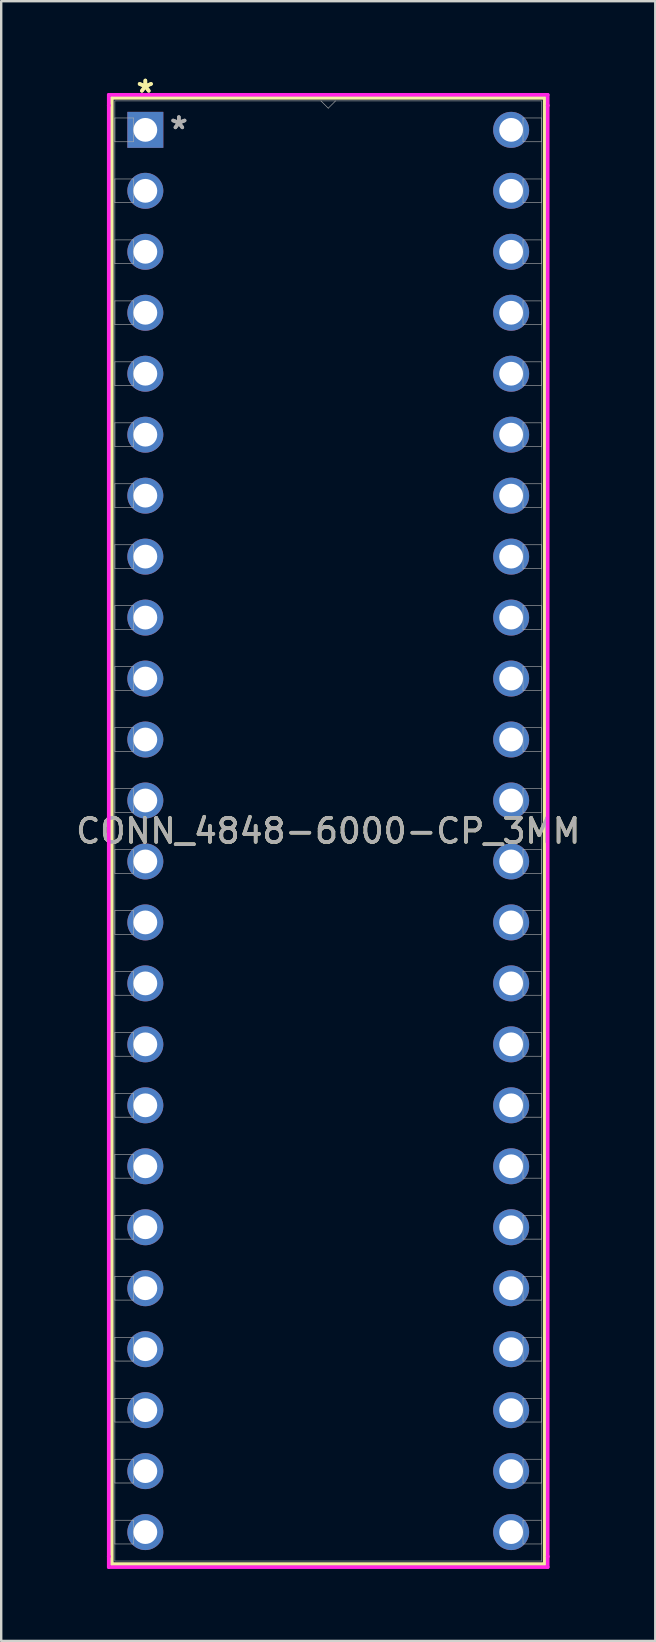
<source format=kicad_pcb>
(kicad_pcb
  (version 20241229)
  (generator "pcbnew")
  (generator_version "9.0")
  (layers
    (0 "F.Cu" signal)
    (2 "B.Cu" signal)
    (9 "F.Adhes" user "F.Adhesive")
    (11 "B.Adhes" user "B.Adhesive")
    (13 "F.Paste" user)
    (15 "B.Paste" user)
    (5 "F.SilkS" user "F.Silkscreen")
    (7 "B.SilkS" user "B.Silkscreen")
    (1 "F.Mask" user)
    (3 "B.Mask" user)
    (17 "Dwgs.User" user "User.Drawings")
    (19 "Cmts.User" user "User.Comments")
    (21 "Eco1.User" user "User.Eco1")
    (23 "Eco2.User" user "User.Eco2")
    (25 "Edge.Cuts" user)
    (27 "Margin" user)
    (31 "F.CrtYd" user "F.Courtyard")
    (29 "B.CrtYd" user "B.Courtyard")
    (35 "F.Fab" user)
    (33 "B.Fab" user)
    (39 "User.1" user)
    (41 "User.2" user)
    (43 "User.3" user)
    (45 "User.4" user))
  (footprint "CONN_4848-6000-CP_3MM"
    (layer "F.Cu")
    (at 3.005 2.36)
    (property "Reference" "CONN_4848-6000-CP_3MM" (at 7.62 29.21 0) (unlocked yes) (layer "F.SilkS") (effects (font (size 1 1) (thickness 0.15))))
    (attr through_hole)
    (fp_line (start -1.397 -1.333) (end -1.397 59.754) (stroke (width 0.152) (type solid)) (layer "F.SilkS"))
    (fp_line (start -1.397 59.754) (end 16.637 59.754) (stroke (width 0.152) (type solid)) (layer "F.SilkS"))
    (fp_line (start 16.637 -1.333) (end -1.397 -1.333) (stroke (width 0.152) (type solid)) (layer "F.SilkS"))
    (fp_line (start 16.637 59.754) (end 16.637 -1.333) (stroke (width 0.152) (type solid)) (layer "F.SilkS"))
    (fp_line (start -1.524 -1.46) (end 16.764 -1.46) (stroke (width 0.152) (type solid)) (layer "F.CrtYd"))
    (fp_line (start -1.524 -1.016) (end -1.524 -1.46) (stroke (width 0.152) (type solid)) (layer "F.CrtYd"))
    (fp_line (start -1.524 -1.016) (end -1.524 -1.016) (stroke (width 0.152) (type solid)) (layer "F.CrtYd"))
    (fp_line (start -1.524 59.436) (end -1.524 -1.016) (stroke (width 0.152) (type solid)) (layer "F.CrtYd"))
    (fp_line (start -1.524 59.436) (end -1.524 59.436) (stroke (width 0.152) (type solid)) (layer "F.CrtYd"))
    (fp_line (start -1.524 59.88) (end -1.524 59.436) (stroke (width 0.152) (type solid)) (layer "F.CrtYd"))
    (fp_line (start 16.764 -1.46) (end 16.764 -1.016) (stroke (width 0.152) (type solid)) (layer "F.CrtYd"))
    (fp_line (start 16.764 -1.016) (end 16.764 -1.016) (stroke (width 0.152) (type solid)) (layer "F.CrtYd"))
    (fp_line (start 16.764 -1.016) (end 16.764 59.436) (stroke (width 0.152) (type solid)) (layer "F.CrtYd"))
    (fp_line (start 16.764 59.436) (end 16.764 59.436) (stroke (width 0.152) (type solid)) (layer "F.CrtYd"))
    (fp_line (start 16.764 59.436) (end 16.764 59.88) (stroke (width 0.152) (type solid)) (layer "F.CrtYd"))
    (fp_line (start 16.764 59.88) (end -1.524 59.88) (stroke (width 0.152) (type solid)) (layer "F.CrtYd"))
    (fp_line (start -1.27 -1.206) (end -1.27 59.627) (stroke (width 0.025) (type solid)) (layer "F.Fab"))
    (fp_line (start -1.27 -0.495) (end -0.495 -0.495) (stroke (width 0.025) (type solid)) (layer "F.Fab"))
    (fp_line (start -1.27 0.495) (end -1.27 -0.495) (stroke (width 0.025) (type solid)) (layer "F.Fab"))
    (fp_line (start -1.27 2.045) (end -0.495 2.045) (stroke (width 0.025) (type solid)) (layer "F.Fab"))
    (fp_line (start -1.27 3.035) (end -1.27 2.045) (stroke (width 0.025) (type solid)) (layer "F.Fab"))
    (fp_line (start -1.27 4.585) (end -0.495 4.585) (stroke (width 0.025) (type solid)) (layer "F.Fab"))
    (fp_line (start -1.27 5.575) (end -1.27 4.585) (stroke (width 0.025) (type solid)) (layer "F.Fab"))
    (fp_line (start -1.27 7.125) (end -0.495 7.125) (stroke (width 0.025) (type solid)) (layer "F.Fab"))
    (fp_line (start -1.27 8.115) (end -1.27 7.125) (stroke (width 0.025) (type solid)) (layer "F.Fab"))
    (fp_line (start -1.27 9.665) (end -0.495 9.665) (stroke (width 0.025) (type solid)) (layer "F.Fab"))
    (fp_line (start -1.27 10.655) (end -1.27 9.665) (stroke (width 0.025) (type solid)) (layer "F.Fab"))
    (fp_line (start -1.27 12.205) (end -0.495 12.205) (stroke (width 0.025) (type solid)) (layer "F.Fab"))
    (fp_line (start -1.27 13.195) (end -1.27 12.205) (stroke (width 0.025) (type solid)) (layer "F.Fab"))
    (fp_line (start -1.27 14.745) (end -0.495 14.745) (stroke (width 0.025) (type solid)) (layer "F.Fab"))
    (fp_line (start -1.27 15.735) (end -1.27 14.745) (stroke (width 0.025) (type solid)) (layer "F.Fab"))
    (fp_line (start -1.27 17.285) (end -0.495 17.285) (stroke (width 0.025) (type solid)) (layer "F.Fab"))
    (fp_line (start -1.27 18.275) (end -1.27 17.285) (stroke (width 0.025) (type solid)) (layer "F.Fab"))
    (fp_line (start -1.27 19.825) (end -0.495 19.825) (stroke (width 0.025) (type solid)) (layer "F.Fab"))
    (fp_line (start -1.27 20.815) (end -1.27 19.825) (stroke (width 0.025) (type solid)) (layer "F.Fab"))
    (fp_line (start -1.27 22.365) (end -0.495 22.365) (stroke (width 0.025) (type solid)) (layer "F.Fab"))
    (fp_line (start -1.27 23.355) (end -1.27 22.365) (stroke (width 0.025) (type solid)) (layer "F.Fab"))
    (fp_line (start -1.27 24.905) (end -0.495 24.905) (stroke (width 0.025) (type solid)) (layer "F.Fab"))
    (fp_line (start -1.27 25.895) (end -1.27 24.905) (stroke (width 0.025) (type solid)) (layer "F.Fab"))
    (fp_line (start -1.27 27.445) (end -0.495 27.445) (stroke (width 0.025) (type solid)) (layer "F.Fab"))
    (fp_line (start -1.27 28.435) (end -1.27 27.445) (stroke (width 0.025) (type solid)) (layer "F.Fab"))
    (fp_line (start -1.27 29.985) (end -0.495 29.985) (stroke (width 0.025) (type solid)) (layer "F.Fab"))
    (fp_line (start -1.27 30.975) (end -1.27 29.985) (stroke (width 0.025) (type solid)) (layer "F.Fab"))
    (fp_line (start -1.27 32.525) (end -0.495 32.525) (stroke (width 0.025) (type solid)) (layer "F.Fab"))
    (fp_line (start -1.27 33.515) (end -1.27 32.525) (stroke (width 0.025) (type solid)) (layer "F.Fab"))
    (fp_line (start -1.27 35.065) (end -0.495 35.065) (stroke (width 0.025) (type solid)) (layer "F.Fab"))
    (fp_line (start -1.27 36.055) (end -1.27 35.065) (stroke (width 0.025) (type solid)) (layer "F.Fab"))
    (fp_line (start -1.27 37.605) (end -0.495 37.605) (stroke (width 0.025) (type solid)) (layer "F.Fab"))
    (fp_line (start -1.27 38.595) (end -1.27 37.605) (stroke (width 0.025) (type solid)) (layer "F.Fab"))
    (fp_line (start -1.27 40.145) (end -0.495 40.145) (stroke (width 0.025) (type solid)) (layer "F.Fab"))
    (fp_line (start -1.27 41.135) (end -1.27 40.145) (stroke (width 0.025) (type solid)) (layer "F.Fab"))
    (fp_line (start -1.27 42.685) (end -0.495 42.685) (stroke (width 0.025) (type solid)) (layer "F.Fab"))
    (fp_line (start -1.27 43.675) (end -1.27 42.685) (stroke (width 0.025) (type solid)) (layer "F.Fab"))
    (fp_line (start -1.27 45.225) (end -0.495 45.225) (stroke (width 0.025) (type solid)) (layer "F.Fab"))
    (fp_line (start -1.27 46.215) (end -1.27 45.225) (stroke (width 0.025) (type solid)) (layer "F.Fab"))
    (fp_line (start -1.27 47.765) (end -0.495 47.765) (stroke (width 0.025) (type solid)) (layer "F.Fab"))
    (fp_line (start -1.27 48.755) (end -1.27 47.765) (stroke (width 0.025) (type solid)) (layer "F.Fab"))
    (fp_line (start -1.27 50.305) (end -0.495 50.305) (stroke (width 0.025) (type solid)) (layer "F.Fab"))
    (fp_line (start -1.27 51.295) (end -1.27 50.305) (stroke (width 0.025) (type solid)) (layer "F.Fab"))
    (fp_line (start -1.27 52.845) (end -0.495 52.845) (stroke (width 0.025) (type solid)) (layer "F.Fab"))
    (fp_line (start -1.27 53.835) (end -1.27 52.845) (stroke (width 0.025) (type solid)) (layer "F.Fab"))
    (fp_line (start -1.27 55.385) (end -0.495 55.385) (stroke (width 0.025) (type solid)) (layer "F.Fab"))
    (fp_line (start -1.27 56.375) (end -1.27 55.385) (stroke (width 0.025) (type solid)) (layer "F.Fab"))
    (fp_line (start -1.27 57.925) (end -0.495 57.925) (stroke (width 0.025) (type solid)) (layer "F.Fab"))
    (fp_line (start -1.27 58.915) (end -1.27 57.925) (stroke (width 0.025) (type solid)) (layer "F.Fab"))
    (fp_line (start -1.27 59.627) (end 16.51 59.627) (stroke (width 0.025) (type solid)) (layer "F.Fab"))
    (fp_line (start -0.495 -0.495) (end -0.495 0.495) (stroke (width 0.025) (type solid)) (layer "F.Fab"))
    (fp_line (start -0.495 0.495) (end -1.27 0.495) (stroke (width 0.025) (type solid)) (layer "F.Fab"))
    (fp_line (start -0.495 2.045) (end -0.495 3.035) (stroke (width 0.025) (type solid)) (layer "F.Fab"))
    (fp_line (start -0.495 3.035) (end -1.27 3.035) (stroke (width 0.025) (type solid)) (layer "F.Fab"))
    (fp_line (start -0.495 4.585) (end -0.495 5.575) (stroke (width 0.025) (type solid)) (layer "F.Fab"))
    (fp_line (start -0.495 5.575) (end -1.27 5.575) (stroke (width 0.025) (type solid)) (layer "F.Fab"))
    (fp_line (start -0.495 7.125) (end -0.495 8.115) (stroke (width 0.025) (type solid)) (layer "F.Fab"))
    (fp_line (start -0.495 8.115) (end -1.27 8.115) (stroke (width 0.025) (type solid)) (layer "F.Fab"))
    (fp_line (start -0.495 9.665) (end -0.495 10.655) (stroke (width 0.025) (type solid)) (layer "F.Fab"))
    (fp_line (start -0.495 10.655) (end -1.27 10.655) (stroke (width 0.025) (type solid)) (layer "F.Fab"))
    (fp_line (start -0.495 12.205) (end -0.495 13.195) (stroke (width 0.025) (type solid)) (layer "F.Fab"))
    (fp_line (start -0.495 13.195) (end -1.27 13.195) (stroke (width 0.025) (type solid)) (layer "F.Fab"))
    (fp_line (start -0.495 14.745) (end -0.495 15.735) (stroke (width 0.025) (type solid)) (layer "F.Fab"))
    (fp_line (start -0.495 15.735) (end -1.27 15.735) (stroke (width 0.025) (type solid)) (layer "F.Fab"))
    (fp_line (start -0.495 17.285) (end -0.495 18.275) (stroke (width 0.025) (type solid)) (layer "F.Fab"))
    (fp_line (start -0.495 18.275) (end -1.27 18.275) (stroke (width 0.025) (type solid)) (layer "F.Fab"))
    (fp_line (start -0.495 19.825) (end -0.495 20.815) (stroke (width 0.025) (type solid)) (layer "F.Fab"))
    (fp_line (start -0.495 20.815) (end -1.27 20.815) (stroke (width 0.025) (type solid)) (layer "F.Fab"))
    (fp_line (start -0.495 22.365) (end -0.495 23.355) (stroke (width 0.025) (type solid)) (layer "F.Fab"))
    (fp_line (start -0.495 23.355) (end -1.27 23.355) (stroke (width 0.025) (type solid)) (layer "F.Fab"))
    (fp_line (start -0.495 24.905) (end -0.495 25.895) (stroke (width 0.025) (type solid)) (layer "F.Fab"))
    (fp_line (start -0.495 25.895) (end -1.27 25.895) (stroke (width 0.025) (type solid)) (layer "F.Fab"))
    (fp_line (start -0.495 27.445) (end -0.495 28.435) (stroke (width 0.025) (type solid)) (layer "F.Fab"))
    (fp_line (start -0.495 28.435) (end -1.27 28.435) (stroke (width 0.025) (type solid)) (layer "F.Fab"))
    (fp_line (start -0.495 29.985) (end -0.495 30.975) (stroke (width 0.025) (type solid)) (layer "F.Fab"))
    (fp_line (start -0.495 30.975) (end -1.27 30.975) (stroke (width 0.025) (type solid)) (layer "F.Fab"))
    (fp_line (start -0.495 32.525) (end -0.495 33.515) (stroke (width 0.025) (type solid)) (layer "F.Fab"))
    (fp_line (start -0.495 33.515) (end -1.27 33.515) (stroke (width 0.025) (type solid)) (layer "F.Fab"))
    (fp_line (start -0.495 35.065) (end -0.495 36.055) (stroke (width 0.025) (type solid)) (layer "F.Fab"))
    (fp_line (start -0.495 36.055) (end -1.27 36.055) (stroke (width 0.025) (type solid)) (layer "F.Fab"))
    (fp_line (start -0.495 37.605) (end -0.495 38.595) (stroke (width 0.025) (type solid)) (layer "F.Fab"))
    (fp_line (start -0.495 38.595) (end -1.27 38.595) (stroke (width 0.025) (type solid)) (layer "F.Fab"))
    (fp_line (start -0.495 40.145) (end -0.495 41.135) (stroke (width 0.025) (type solid)) (layer "F.Fab"))
    (fp_line (start -0.495 41.135) (end -1.27 41.135) (stroke (width 0.025) (type solid)) (layer "F.Fab"))
    (fp_line (start -0.495 42.685) (end -0.495 43.675) (stroke (width 0.025) (type solid)) (layer "F.Fab"))
    (fp_line (start -0.495 43.675) (end -1.27 43.675) (stroke (width 0.025) (type solid)) (layer "F.Fab"))
    (fp_line (start -0.495 45.225) (end -0.495 46.215) (stroke (width 0.025) (type solid)) (layer "F.Fab"))
    (fp_line (start -0.495 46.215) (end -1.27 46.215) (stroke (width 0.025) (type solid)) (layer "F.Fab"))
    (fp_line (start -0.495 47.765) (end -0.495 48.755) (stroke (width 0.025) (type solid)) (layer "F.Fab"))
    (fp_line (start -0.495 48.755) (end -1.27 48.755) (stroke (width 0.025) (type solid)) (layer "F.Fab"))
    (fp_line (start -0.495 50.305) (end -0.495 51.295) (stroke (width 0.025) (type solid)) (layer "F.Fab"))
    (fp_line (start -0.495 51.295) (end -1.27 51.295) (stroke (width 0.025) (type solid)) (layer "F.Fab"))
    (fp_line (start -0.495 52.845) (end -0.495 53.835) (stroke (width 0.025) (type solid)) (layer "F.Fab"))
    (fp_line (start -0.495 53.835) (end -1.27 53.835) (stroke (width 0.025) (type solid)) (layer "F.Fab"))
    (fp_line (start -0.495 55.385) (end -0.495 56.375) (stroke (width 0.025) (type solid)) (layer "F.Fab"))
    (fp_line (start -0.495 56.375) (end -1.27 56.375) (stroke (width 0.025) (type solid)) (layer "F.Fab"))
    (fp_line (start -0.495 57.925) (end -0.495 58.915) (stroke (width 0.025) (type solid)) (layer "F.Fab"))
    (fp_line (start -0.495 58.915) (end -1.27 58.915) (stroke (width 0.025) (type solid)) (layer "F.Fab"))
    (fp_line (start 7.315 -1.206) (end 7.62 -0.902) (stroke (width 0.025) (type solid)) (layer "F.Fab"))
    (fp_line (start 7.62 -0.902) (end 7.925 -1.206) (stroke (width 0.025) (type solid)) (layer "F.Fab"))
    (fp_line (start 15.735 -0.495) (end 16.51 -0.495) (stroke (width 0.025) (type solid)) (layer "F.Fab"))
    (fp_line (start 15.735 0.495) (end 15.735 -0.495) (stroke (width 0.025) (type solid)) (layer "F.Fab"))
    (fp_line (start 15.735 2.045) (end 16.51 2.045) (stroke (width 0.025) (type solid)) (layer "F.Fab"))
    (fp_line (start 15.735 3.035) (end 15.735 2.045) (stroke (width 0.025) (type solid)) (layer "F.Fab"))
    (fp_line (start 15.735 4.585) (end 16.51 4.585) (stroke (width 0.025) (type solid)) (layer "F.Fab"))
    (fp_line (start 15.735 5.575) (end 15.735 4.585) (stroke (width 0.025) (type solid)) (layer "F.Fab"))
    (fp_line (start 15.735 7.125) (end 16.51 7.125) (stroke (width 0.025) (type solid)) (layer "F.Fab"))
    (fp_line (start 15.735 8.115) (end 15.735 7.125) (stroke (width 0.025) (type solid)) (layer "F.Fab"))
    (fp_line (start 15.735 9.665) (end 16.51 9.665) (stroke (width 0.025) (type solid)) (layer "F.Fab"))
    (fp_line (start 15.735 10.655) (end 15.735 9.665) (stroke (width 0.025) (type solid)) (layer "F.Fab"))
    (fp_line (start 15.735 12.205) (end 16.51 12.205) (stroke (width 0.025) (type solid)) (layer "F.Fab"))
    (fp_line (start 15.735 13.195) (end 15.735 12.205) (stroke (width 0.025) (type solid)) (layer "F.Fab"))
    (fp_line (start 15.735 14.745) (end 16.51 14.745) (stroke (width 0.025) (type solid)) (layer "F.Fab"))
    (fp_line (start 15.735 15.735) (end 15.735 14.745) (stroke (width 0.025) (type solid)) (layer "F.Fab"))
    (fp_line (start 15.735 17.285) (end 16.51 17.285) (stroke (width 0.025) (type solid)) (layer "F.Fab"))
    (fp_line (start 15.735 18.275) (end 15.735 17.285) (stroke (width 0.025) (type solid)) (layer "F.Fab"))
    (fp_line (start 15.735 19.825) (end 16.51 19.825) (stroke (width 0.025) (type solid)) (layer "F.Fab"))
    (fp_line (start 15.735 20.815) (end 15.735 19.825) (stroke (width 0.025) (type solid)) (layer "F.Fab"))
    (fp_line (start 15.735 22.365) (end 16.51 22.365) (stroke (width 0.025) (type solid)) (layer "F.Fab"))
    (fp_line (start 15.735 23.355) (end 15.735 22.365) (stroke (width 0.025) (type solid)) (layer "F.Fab"))
    (fp_line (start 15.735 24.905) (end 16.51 24.905) (stroke (width 0.025) (type solid)) (layer "F.Fab"))
    (fp_line (start 15.735 25.895) (end 15.735 24.905) (stroke (width 0.025) (type solid)) (layer "F.Fab"))
    (fp_line (start 15.735 27.445) (end 16.51 27.445) (stroke (width 0.025) (type solid)) (layer "F.Fab"))
    (fp_line (start 15.735 28.435) (end 15.735 27.445) (stroke (width 0.025) (type solid)) (layer "F.Fab"))
    (fp_line (start 15.735 29.985) (end 16.51 29.985) (stroke (width 0.025) (type solid)) (layer "F.Fab"))
    (fp_line (start 15.735 30.975) (end 15.735 29.985) (stroke (width 0.025) (type solid)) (layer "F.Fab"))
    (fp_line (start 15.735 32.525) (end 16.51 32.525) (stroke (width 0.025) (type solid)) (layer "F.Fab"))
    (fp_line (start 15.735 33.515) (end 15.735 32.525) (stroke (width 0.025) (type solid)) (layer "F.Fab"))
    (fp_line (start 15.735 35.065) (end 16.51 35.065) (stroke (width 0.025) (type solid)) (layer "F.Fab"))
    (fp_line (start 15.735 36.055) (end 15.735 35.065) (stroke (width 0.025) (type solid)) (layer "F.Fab"))
    (fp_line (start 15.735 37.605) (end 16.51 37.605) (stroke (width 0.025) (type solid)) (layer "F.Fab"))
    (fp_line (start 15.735 38.595) (end 15.735 37.605) (stroke (width 0.025) (type solid)) (layer "F.Fab"))
    (fp_line (start 15.735 40.145) (end 16.51 40.145) (stroke (width 0.025) (type solid)) (layer "F.Fab"))
    (fp_line (start 15.735 41.135) (end 15.735 40.145) (stroke (width 0.025) (type solid)) (layer "F.Fab"))
    (fp_line (start 15.735 42.685) (end 16.51 42.685) (stroke (width 0.025) (type solid)) (layer "F.Fab"))
    (fp_line (start 15.735 43.675) (end 15.735 42.685) (stroke (width 0.025) (type solid)) (layer "F.Fab"))
    (fp_line (start 15.735 45.225) (end 16.51 45.225) (stroke (width 0.025) (type solid)) (layer "F.Fab"))
    (fp_line (start 15.735 46.215) (end 15.735 45.225) (stroke (width 0.025) (type solid)) (layer "F.Fab"))
    (fp_line (start 15.735 47.765) (end 16.51 47.765) (stroke (width 0.025) (type solid)) (layer "F.Fab"))
    (fp_line (start 15.735 48.755) (end 15.735 47.765) (stroke (width 0.025) (type solid)) (layer "F.Fab"))
    (fp_line (start 15.735 50.305) (end 16.51 50.305) (stroke (width 0.025) (type solid)) (layer "F.Fab"))
    (fp_line (start 15.735 51.295) (end 15.735 50.305) (stroke (width 0.025) (type solid)) (layer "F.Fab"))
    (fp_line (start 15.735 52.845) (end 16.51 52.845) (stroke (width 0.025) (type solid)) (layer "F.Fab"))
    (fp_line (start 15.735 53.835) (end 15.735 52.845) (stroke (width 0.025) (type solid)) (layer "F.Fab"))
    (fp_line (start 15.735 55.385) (end 16.51 55.385) (stroke (width 0.025) (type solid)) (layer "F.Fab"))
    (fp_line (start 15.735 56.375) (end 15.735 55.385) (stroke (width 0.025) (type solid)) (layer "F.Fab"))
    (fp_line (start 15.735 57.925) (end 16.51 57.925) (stroke (width 0.025) (type solid)) (layer "F.Fab"))
    (fp_line (start 15.735 58.915) (end 15.735 57.925) (stroke (width 0.025) (type solid)) (layer "F.Fab"))
    (fp_line (start 16.51 -1.206) (end -1.27 -1.206) (stroke (width 0.025) (type solid)) (layer "F.Fab"))
    (fp_line (start 16.51 -0.495) (end 16.51 0.495) (stroke (width 0.025) (type solid)) (layer "F.Fab"))
    (fp_line (start 16.51 0.495) (end 15.735 0.495) (stroke (width 0.025) (type solid)) (layer "F.Fab"))
    (fp_line (start 16.51 2.045) (end 16.51 3.035) (stroke (width 0.025) (type solid)) (layer "F.Fab"))
    (fp_line (start 16.51 3.035) (end 15.735 3.035) (stroke (width 0.025) (type solid)) (layer "F.Fab"))
    (fp_line (start 16.51 4.585) (end 16.51 5.575) (stroke (width 0.025) (type solid)) (layer "F.Fab"))
    (fp_line (start 16.51 5.575) (end 15.735 5.575) (stroke (width 0.025) (type solid)) (layer "F.Fab"))
    (fp_line (start 16.51 7.125) (end 16.51 8.115) (stroke (width 0.025) (type solid)) (layer "F.Fab"))
    (fp_line (start 16.51 8.115) (end 15.735 8.115) (stroke (width 0.025) (type solid)) (layer "F.Fab"))
    (fp_line (start 16.51 9.665) (end 16.51 10.655) (stroke (width 0.025) (type solid)) (layer "F.Fab"))
    (fp_line (start 16.51 10.655) (end 15.735 10.655) (stroke (width 0.025) (type solid)) (layer "F.Fab"))
    (fp_line (start 16.51 12.205) (end 16.51 13.195) (stroke (width 0.025) (type solid)) (layer "F.Fab"))
    (fp_line (start 16.51 13.195) (end 15.735 13.195) (stroke (width 0.025) (type solid)) (layer "F.Fab"))
    (fp_line (start 16.51 14.745) (end 16.51 15.735) (stroke (width 0.025) (type solid)) (layer "F.Fab"))
    (fp_line (start 16.51 15.735) (end 15.735 15.735) (stroke (width 0.025) (type solid)) (layer "F.Fab"))
    (fp_line (start 16.51 17.285) (end 16.51 18.275) (stroke (width 0.025) (type solid)) (layer "F.Fab"))
    (fp_line (start 16.51 18.275) (end 15.735 18.275) (stroke (width 0.025) (type solid)) (layer "F.Fab"))
    (fp_line (start 16.51 19.825) (end 16.51 20.815) (stroke (width 0.025) (type solid)) (layer "F.Fab"))
    (fp_line (start 16.51 20.815) (end 15.735 20.815) (stroke (width 0.025) (type solid)) (layer "F.Fab"))
    (fp_line (start 16.51 22.365) (end 16.51 23.355) (stroke (width 0.025) (type solid)) (layer "F.Fab"))
    (fp_line (start 16.51 23.355) (end 15.735 23.355) (stroke (width 0.025) (type solid)) (layer "F.Fab"))
    (fp_line (start 16.51 24.905) (end 16.51 25.895) (stroke (width 0.025) (type solid)) (layer "F.Fab"))
    (fp_line (start 16.51 25.895) (end 15.735 25.895) (stroke (width 0.025) (type solid)) (layer "F.Fab"))
    (fp_line (start 16.51 27.445) (end 16.51 28.435) (stroke (width 0.025) (type solid)) (layer "F.Fab"))
    (fp_line (start 16.51 28.435) (end 15.735 28.435) (stroke (width 0.025) (type solid)) (layer "F.Fab"))
    (fp_line (start 16.51 29.985) (end 16.51 30.975) (stroke (width 0.025) (type solid)) (layer "F.Fab"))
    (fp_line (start 16.51 30.975) (end 15.735 30.975) (stroke (width 0.025) (type solid)) (layer "F.Fab"))
    (fp_line (start 16.51 32.525) (end 16.51 33.515) (stroke (width 0.025) (type solid)) (layer "F.Fab"))
    (fp_line (start 16.51 33.515) (end 15.735 33.515) (stroke (width 0.025) (type solid)) (layer "F.Fab"))
    (fp_line (start 16.51 35.065) (end 16.51 36.055) (stroke (width 0.025) (type solid)) (layer "F.Fab"))
    (fp_line (start 16.51 36.055) (end 15.735 36.055) (stroke (width 0.025) (type solid)) (layer "F.Fab"))
    (fp_line (start 16.51 37.605) (end 16.51 38.595) (stroke (width 0.025) (type solid)) (layer "F.Fab"))
    (fp_line (start 16.51 38.595) (end 15.735 38.595) (stroke (width 0.025) (type solid)) (layer "F.Fab"))
    (fp_line (start 16.51 40.145) (end 16.51 41.135) (stroke (width 0.025) (type solid)) (layer "F.Fab"))
    (fp_line (start 16.51 41.135) (end 15.735 41.135) (stroke (width 0.025) (type solid)) (layer "F.Fab"))
    (fp_line (start 16.51 42.685) (end 16.51 43.675) (stroke (width 0.025) (type solid)) (layer "F.Fab"))
    (fp_line (start 16.51 43.675) (end 15.735 43.675) (stroke (width 0.025) (type solid)) (layer "F.Fab"))
    (fp_line (start 16.51 45.225) (end 16.51 46.215) (stroke (width 0.025) (type solid)) (layer "F.Fab"))
    (fp_line (start 16.51 46.215) (end 15.735 46.215) (stroke (width 0.025) (type solid)) (layer "F.Fab"))
    (fp_line (start 16.51 47.765) (end 16.51 48.755) (stroke (width 0.025) (type solid)) (layer "F.Fab"))
    (fp_line (start 16.51 48.755) (end 15.735 48.755) (stroke (width 0.025) (type solid)) (layer "F.Fab"))
    (fp_line (start 16.51 50.305) (end 16.51 51.295) (stroke (width 0.025) (type solid)) (layer "F.Fab"))
    (fp_line (start 16.51 51.295) (end 15.735 51.295) (stroke (width 0.025) (type solid)) (layer "F.Fab"))
    (fp_line (start 16.51 52.845) (end 16.51 53.835) (stroke (width 0.025) (type solid)) (layer "F.Fab"))
    (fp_line (start 16.51 53.835) (end 15.735 53.835) (stroke (width 0.025) (type solid)) (layer "F.Fab"))
    (fp_line (start 16.51 55.385) (end 16.51 56.375) (stroke (width 0.025) (type solid)) (layer "F.Fab"))
    (fp_line (start 16.51 56.375) (end 15.735 56.375) (stroke (width 0.025) (type solid)) (layer "F.Fab"))
    (fp_line (start 16.51 57.925) (end 16.51 58.915) (stroke (width 0.025) (type solid)) (layer "F.Fab"))
    (fp_line (start 16.51 58.915) (end 15.735 58.915) (stroke (width 0.025) (type solid)) (layer "F.Fab"))
    (fp_line (start 16.51 59.627) (end 16.51 -1.206) (stroke (width 0.025) (type solid)) (layer "F.Fab"))
    (fp_text user "*" (at 0 -1.511 0) (unlocked yes) (layer "F.SilkS") (effects (font (size 1 1) (thickness 0.15))))
    (fp_text user "*" (at 0 -1.511 0) (layer "F.SilkS") (effects (font (size 1 1) (thickness 0.15))))
    (fp_text user "*" (at 1.397 0.013 0) (layer "F.Fab") (effects (font (size 1 1) (thickness 0.15))))
    (fp_text user "${REFERENCE}" (at 7.62 29.21 0) (unlocked yes) (layer "F.Fab") (effects (font (size 1 1) (thickness 0.15))))
    (fp_text user "*" (at 1.397 0.013 0) (unlocked yes) (layer "F.Fab") (effects (font (size 1 1) (thickness 0.15))))
    (pad "1" thru_hole rect (at 0 0) (size 1.499 1.499) (drill 0.991) (layers "*.Cu" "*.Mask"))
    (pad "2" thru_hole circle (at 0 2.54) (size 1.499 1.499) (drill 0.991) (layers "*.Cu" "*.Mask"))
    (pad "3" thru_hole circle (at 0 5.08) (size 1.499 1.499) (drill 0.991) (layers "*.Cu" "*.Mask"))
    (pad "4" thru_hole circle (at 0 7.62) (size 1.499 1.499) (drill 0.991) (layers "*.Cu" "*.Mask"))
    (pad "5" thru_hole circle (at 0 10.16) (size 1.499 1.499) (drill 0.991) (layers "*.Cu" "*.Mask"))
    (pad "6" thru_hole circle (at 0 12.7) (size 1.499 1.499) (drill 0.991) (layers "*.Cu" "*.Mask"))
    (pad "7" thru_hole circle (at 0 15.24) (size 1.499 1.499) (drill 0.991) (layers "*.Cu" "*.Mask"))
    (pad "8" thru_hole circle (at 0 17.78) (size 1.499 1.499) (drill 0.991) (layers "*.Cu" "*.Mask"))
    (pad "9" thru_hole circle (at 0 20.32) (size 1.499 1.499) (drill 0.991) (layers "*.Cu" "*.Mask"))
    (pad "10" thru_hole circle (at 0 22.86) (size 1.499 1.499) (drill 0.991) (layers "*.Cu" "*.Mask"))
    (pad "11" thru_hole circle (at 0 25.4) (size 1.499 1.499) (drill 0.991) (layers "*.Cu" "*.Mask"))
    (pad "12" thru_hole circle (at 0 27.94) (size 1.499 1.499) (drill 0.991) (layers "*.Cu" "*.Mask"))
    (pad "13" thru_hole circle (at 0 30.48) (size 1.499 1.499) (drill 0.991) (layers "*.Cu" "*.Mask"))
    (pad "14" thru_hole circle (at 0 33.02) (size 1.499 1.499) (drill 0.991) (layers "*.Cu" "*.Mask"))
    (pad "15" thru_hole circle (at 0 35.56) (size 1.499 1.499) (drill 0.991) (layers "*.Cu" "*.Mask"))
    (pad "16" thru_hole circle (at 0 38.1) (size 1.499 1.499) (drill 0.991) (layers "*.Cu" "*.Mask"))
    (pad "17" thru_hole circle (at 0 40.64) (size 1.499 1.499) (drill 0.991) (layers "*.Cu" "*.Mask"))
    (pad "18" thru_hole circle (at 0 43.18) (size 1.499 1.499) (drill 0.991) (layers "*.Cu" "*.Mask"))
    (pad "19" thru_hole circle (at 0 45.72) (size 1.499 1.499) (drill 0.991) (layers "*.Cu" "*.Mask"))
    (pad "20" thru_hole circle (at 0 48.26) (size 1.499 1.499) (drill 0.991) (layers "*.Cu" "*.Mask"))
    (pad "21" thru_hole circle (at 0 50.8) (size 1.499 1.499) (drill 0.991) (layers "*.Cu" "*.Mask"))
    (pad "22" thru_hole circle (at 0 53.34) (size 1.499 1.499) (drill 0.991) (layers "*.Cu" "*.Mask"))
    (pad "23" thru_hole circle (at 0 55.88) (size 1.499 1.499) (drill 0.991) (layers "*.Cu" "*.Mask"))
    (pad "24" thru_hole circle (at 0 58.42) (size 1.499 1.499) (drill 0.991) (layers "*.Cu" "*.Mask"))
    (pad "25" thru_hole circle (at 15.24 58.42) (size 1.499 1.499) (drill 0.991) (layers "*.Cu" "*.Mask"))
    (pad "26" thru_hole circle (at 15.24 55.88) (size 1.499 1.499) (drill 0.991) (layers "*.Cu" "*.Mask"))
    (pad "27" thru_hole circle (at 15.24 53.34) (size 1.499 1.499) (drill 0.991) (layers "*.Cu" "*.Mask"))
    (pad "28" thru_hole circle (at 15.24 50.8) (size 1.499 1.499) (drill 0.991) (layers "*.Cu" "*.Mask"))
    (pad "29" thru_hole circle (at 15.24 48.26) (size 1.499 1.499) (drill 0.991) (layers "*.Cu" "*.Mask"))
    (pad "30" thru_hole circle (at 15.24 45.72) (size 1.499 1.499) (drill 0.991) (layers "*.Cu" "*.Mask"))
    (pad "31" thru_hole circle (at 15.24 43.18) (size 1.499 1.499) (drill 0.991) (layers "*.Cu" "*.Mask"))
    (pad "32" thru_hole circle (at 15.24 40.64) (size 1.499 1.499) (drill 0.991) (layers "*.Cu" "*.Mask"))
    (pad "33" thru_hole circle (at 15.24 38.1) (size 1.499 1.499) (drill 0.991) (layers "*.Cu" "*.Mask"))
    (pad "34" thru_hole circle (at 15.24 35.56) (size 1.499 1.499) (drill 0.991) (layers "*.Cu" "*.Mask"))
    (pad "35" thru_hole circle (at 15.24 33.02) (size 1.499 1.499) (drill 0.991) (layers "*.Cu" "*.Mask"))
    (pad "36" thru_hole circle (at 15.24 30.48) (size 1.499 1.499) (drill 0.991) (layers "*.Cu" "*.Mask"))
    (pad "37" thru_hole circle (at 15.24 27.94) (size 1.499 1.499) (drill 0.991) (layers "*.Cu" "*.Mask"))
    (pad "38" thru_hole circle (at 15.24 25.4) (size 1.499 1.499) (drill 0.991) (layers "*.Cu" "*.Mask"))
    (pad "39" thru_hole circle (at 15.24 22.86) (size 1.499 1.499) (drill 0.991) (layers "*.Cu" "*.Mask"))
    (pad "40" thru_hole circle (at 15.24 20.32) (size 1.499 1.499) (drill 0.991) (layers "*.Cu" "*.Mask"))
    (pad "41" thru_hole circle (at 15.24 17.78) (size 1.499 1.499) (drill 0.991) (layers "*.Cu" "*.Mask"))
    (pad "42" thru_hole circle (at 15.24 15.24) (size 1.499 1.499) (drill 0.991) (layers "*.Cu" "*.Mask"))
    (pad "43" thru_hole circle (at 15.24 12.7) (size 1.499 1.499) (drill 0.991) (layers "*.Cu" "*.Mask"))
    (pad "44" thru_hole circle (at 15.24 10.16) (size 1.499 1.499) (drill 0.991) (layers "*.Cu" "*.Mask"))
    (pad "45" thru_hole circle (at 15.24 7.62) (size 1.499 1.499) (drill 0.991) (layers "*.Cu" "*.Mask"))
    (pad "46" thru_hole circle (at 15.24 5.08) (size 1.499 1.499) (drill 0.991) (layers "*.Cu" "*.Mask"))
    (pad "47" thru_hole circle (at 15.24 2.54) (size 1.499 1.499) (drill 0.991) (layers "*.Cu" "*.Mask"))
    (pad "48" thru_hole circle (at 15.24 0) (size 1.499 1.499) (drill 0.991) (layers "*.Cu" "*.Mask")))
  (gr_rect
    (start -3 -3)
    (end 24.25 65.316)
    (stroke (width 0.1) (type default))
    (fill no)
    (layer "Edge.Cuts")))
</source>
